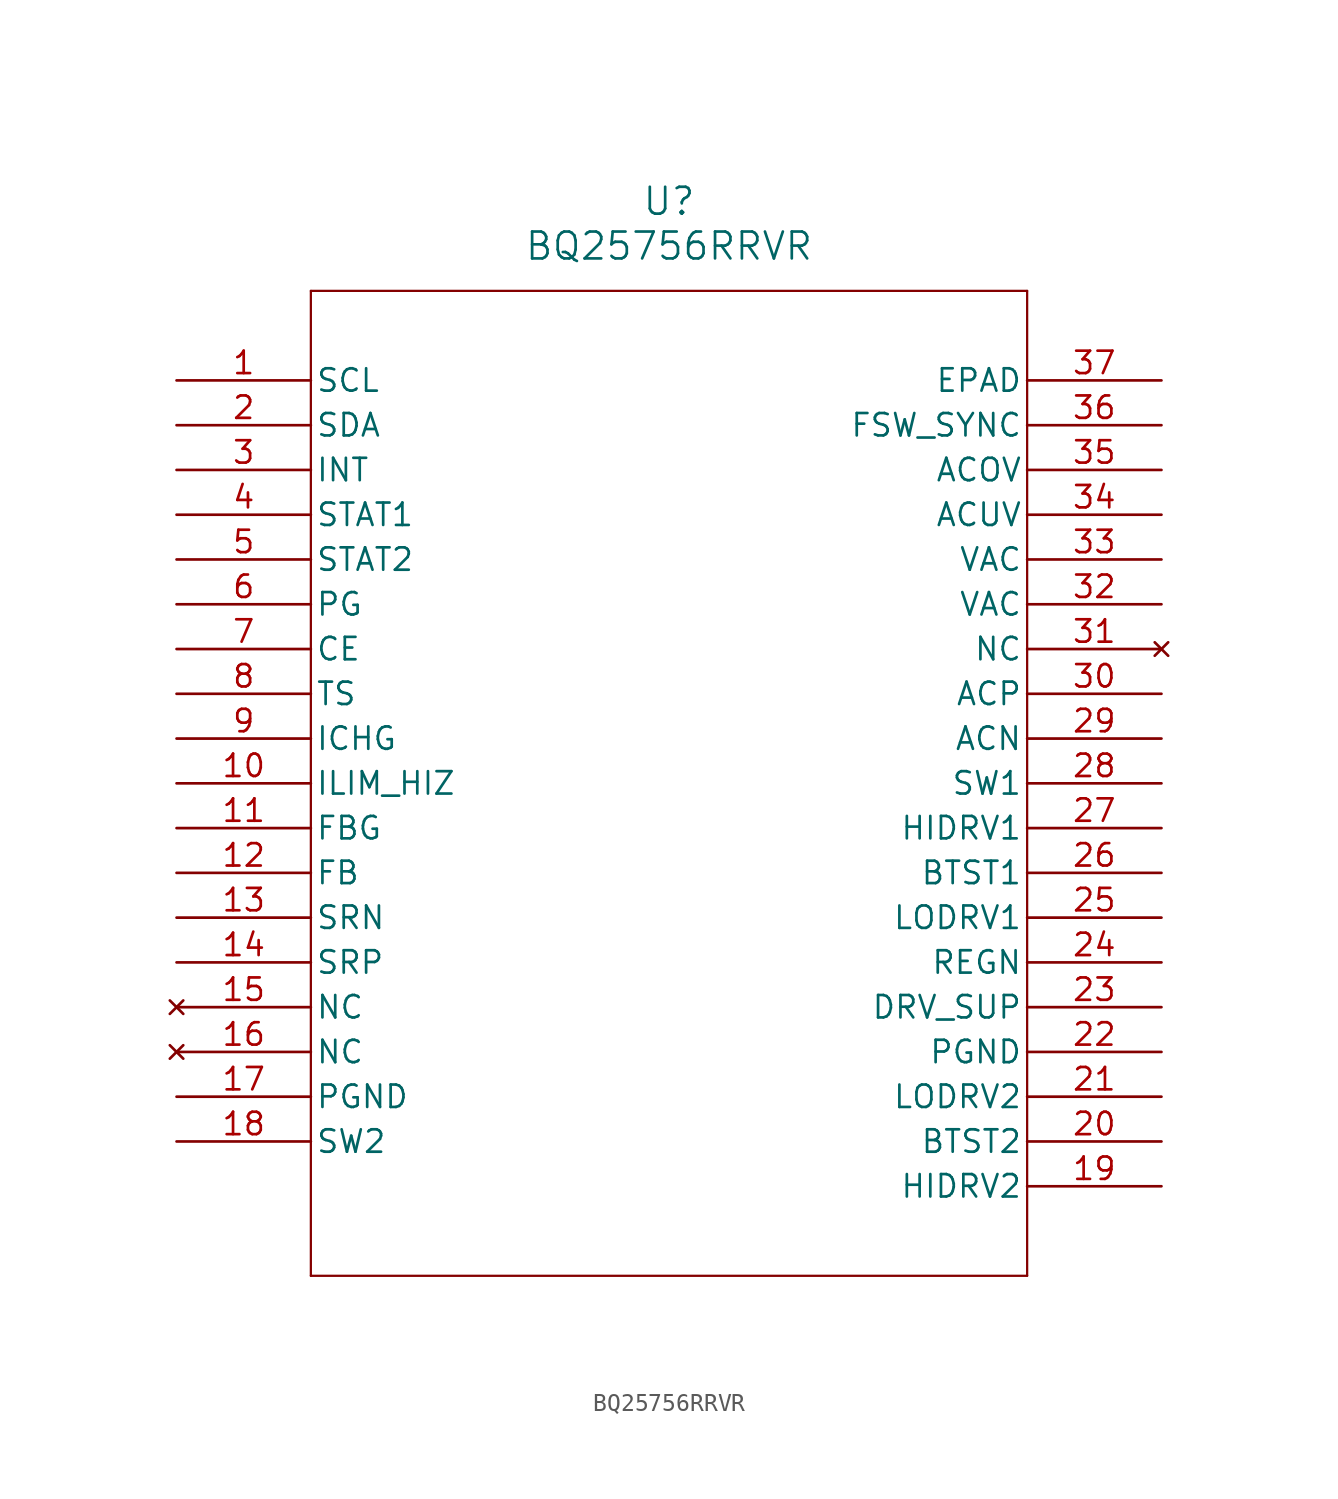
<source format=kicad_sym>
(kicad_symbol_lib
  (version 20211014)
  (generator kicad_symbol_editor)
  (symbol "BQ25756RRVR"
    (pin_names
      (offset 0.254))
    (property "Reference" "U"
      (at 27.94 10.16 0)
      (effects (font (size 1.524 1.524))))
    (property "Value" "BQ25756RRVR"
      (at 27.94 7.62 0)
      (effects (font (size 1.524 1.524))))
    (symbol "BQ25756RRVR_0_1"
      (polyline (pts (xy 7.62 5.08) (xy 7.62 -50.8)) (stroke (width 0.127) (type default) (color 0 0 0 0)) (fill (type none)))
      (polyline (pts (xy 7.62 -50.8) (xy 48.26 -50.8)) (stroke (width 0.127) (type default) (color 0 0 0 0)) (fill (type none)))
      (polyline (pts (xy 48.26 -50.8) (xy 48.26 5.08)) (stroke (width 0.127) (type default) (color 0 0 0 0)) (fill (type none)))
      (polyline (pts (xy 48.26 5.08) (xy 7.62 5.08)) (stroke (width 0.127) (type default) (color 0 0 0 0)) (fill (type none)))
      (pin input line (at 0 0 0) (length 7.62) (name "SCL" (effects (font (size 1.27 1.27)))) (number "1" (effects (font (size 1.27 1.27)))))
      (pin bidirectional line (at 0 -2.54 0) (length 7.62) (name "SDA" (effects (font (size 1.27 1.27)))) (number "2" (effects (font (size 1.27 1.27)))))
      (pin output line (at 0 -5.08 0) (length 7.62) (name "INT" (effects (font (size 1.27 1.27)))) (number "3" (effects (font (size 1.27 1.27)))))
      (pin output line (at 0 -7.62 0) (length 7.62) (name "STAT1" (effects (font (size 1.27 1.27)))) (number "4" (effects (font (size 1.27 1.27)))))
      (pin output line (at 0 -10.16 0) (length 7.62) (name "STAT2" (effects (font (size 1.27 1.27)))) (number "5" (effects (font (size 1.27 1.27)))))
      (pin output line (at 0 -12.7 0) (length 7.62) (name "PG" (effects (font (size 1.27 1.27)))) (number "6" (effects (font (size 1.27 1.27)))))
      (pin bidirectional line (at 0 -15.24 0) (length 7.62) (name "CE" (effects (font (size 1.27 1.27)))) (number "7" (effects (font (size 1.27 1.27)))))
      (pin input line (at 0 -17.78 0) (length 7.62) (name "TS" (effects (font (size 1.27 1.27)))) (number "8" (effects (font (size 1.27 1.27)))))
      (pin input line (at 0 -20.32 0) (length 7.62) (name "ICHG" (effects (font (size 1.27 1.27)))) (number "9" (effects (font (size 1.27 1.27)))))
      (pin input line (at 0 -22.86 0) (length 7.62) (name "ILIM_HIZ" (effects (font (size 1.27 1.27)))) (number "10" (effects (font (size 1.27 1.27)))))
      (pin input line (at 0 -25.4 0) (length 7.62) (name "FBG" (effects (font (size 1.27 1.27)))) (number "11" (effects (font (size 1.27 1.27)))))
      (pin input line (at 0 -27.94 0) (length 7.62) (name "FB" (effects (font (size 1.27 1.27)))) (number "12" (effects (font (size 1.27 1.27)))))
      (pin input line (at 0 -30.48 0) (length 7.62) (name "SRN" (effects (font (size 1.27 1.27)))) (number "13" (effects (font (size 1.27 1.27)))))
      (pin input line (at 0 -33.02 0) (length 7.62) (name "SRP" (effects (font (size 1.27 1.27)))) (number "14" (effects (font (size 1.27 1.27)))))
      (pin no_connect line (at 0 -35.56 0) (length 7.62) (name "NC" (effects (font (size 1.27 1.27)))) (number "15" (effects (font (size 1.27 1.27)))))
      (pin no_connect line (at 0 -38.1 0) (length 7.62) (name "NC" (effects (font (size 1.27 1.27)))) (number "16" (effects (font (size 1.27 1.27)))))
      (pin power_out line (at 0 -40.64 0) (length 7.62) (name "PGND" (effects (font (size 1.27 1.27)))) (number "17" (effects (font (size 1.27 1.27)))))
      (pin power_in line (at 0 -43.18 0) (length 7.62) (name "SW2" (effects (font (size 1.27 1.27)))) (number "18" (effects (font (size 1.27 1.27)))))
      (pin output line (at 55.88 -45.72 180) (length 7.62) (name "HIDRV2" (effects (font (size 1.27 1.27)))) (number "19" (effects (font (size 1.27 1.27)))))
      (pin power_in line (at 55.88 -43.18 180) (length 7.62) (name "BTST2" (effects (font (size 1.27 1.27)))) (number "20" (effects (font (size 1.27 1.27)))))
      (pin output line (at 55.88 -40.64 180) (length 7.62) (name "LODRV2" (effects (font (size 1.27 1.27)))) (number "21" (effects (font (size 1.27 1.27)))))
      (pin power_in line (at 55.88 -38.1 180) (length 7.62) (name "PGND" (effects (font (size 1.27 1.27)))) (number "22" (effects (font (size 1.27 1.27)))))
      (pin power_in line (at 55.88 -35.56 180) (length 7.62) (name "DRV_SUP" (effects (font (size 1.27 1.27)))) (number "23" (effects (font (size 1.27 1.27)))))
      (pin power_in line (at 55.88 -33.02 180) (length 7.62) (name "REGN" (effects (font (size 1.27 1.27)))) (number "24" (effects (font (size 1.27 1.27)))))
      (pin output line (at 55.88 -30.48 180) (length 7.62) (name "LODRV1" (effects (font (size 1.27 1.27)))) (number "25" (effects (font (size 1.27 1.27)))))
      (pin power_in line (at 55.88 -27.94 180) (length 7.62) (name "BTST1" (effects (font (size 1.27 1.27)))) (number "26" (effects (font (size 1.27 1.27)))))
      (pin output line (at 55.88 -25.4 180) (length 7.62) (name "HIDRV1" (effects (font (size 1.27 1.27)))) (number "27" (effects (font (size 1.27 1.27)))))
      (pin power_in line (at 55.88 -22.86 180) (length 7.62) (name "SW1" (effects (font (size 1.27 1.27)))) (number "28" (effects (font (size 1.27 1.27)))))
      (pin input line (at 55.88 -20.32 180) (length 7.62) (name "ACN" (effects (font (size 1.27 1.27)))) (number "29" (effects (font (size 1.27 1.27)))))
      (pin input line (at 55.88 -17.78 180) (length 7.62) (name "ACP" (effects (font (size 1.27 1.27)))) (number "30" (effects (font (size 1.27 1.27)))))
      (pin no_connect line (at 55.88 -15.24 180) (length 7.62) (name "NC" (effects (font (size 1.27 1.27)))) (number "31" (effects (font (size 1.27 1.27)))))
      (pin power_in line (at 55.88 -12.7 180) (length 7.62) (name "VAC" (effects (font (size 1.27 1.27)))) (number "32" (effects (font (size 1.27 1.27)))))
      (pin input line (at 55.88 -10.16 180) (length 7.62) (name "VAC" (effects (font (size 1.27 1.27)))) (number "33" (effects (font (size 1.27 1.27)))))
      (pin input line (at 55.88 -7.62 180) (length 7.62) (name "ACUV" (effects (font (size 1.27 1.27)))) (number "34" (effects (font (size 1.27 1.27)))))
      (pin input line (at 55.88 -5.08 180) (length 7.62) (name "ACOV" (effects (font (size 1.27 1.27)))) (number "35" (effects (font (size 1.27 1.27)))))
      (pin power_in line (at 55.88 -2.54 180) (length 7.62) (name "FSW_SYNC" (effects (font (size 1.27 1.27)))) (number "36" (effects (font (size 1.27 1.27)))))
      (pin power_out line (at 55.88 0 180) (length 7.62) (name "EPAD" (effects (font (size 1.27 1.27)))) (number "37" (effects (font (size 1.27 1.27))))))))
</source>
